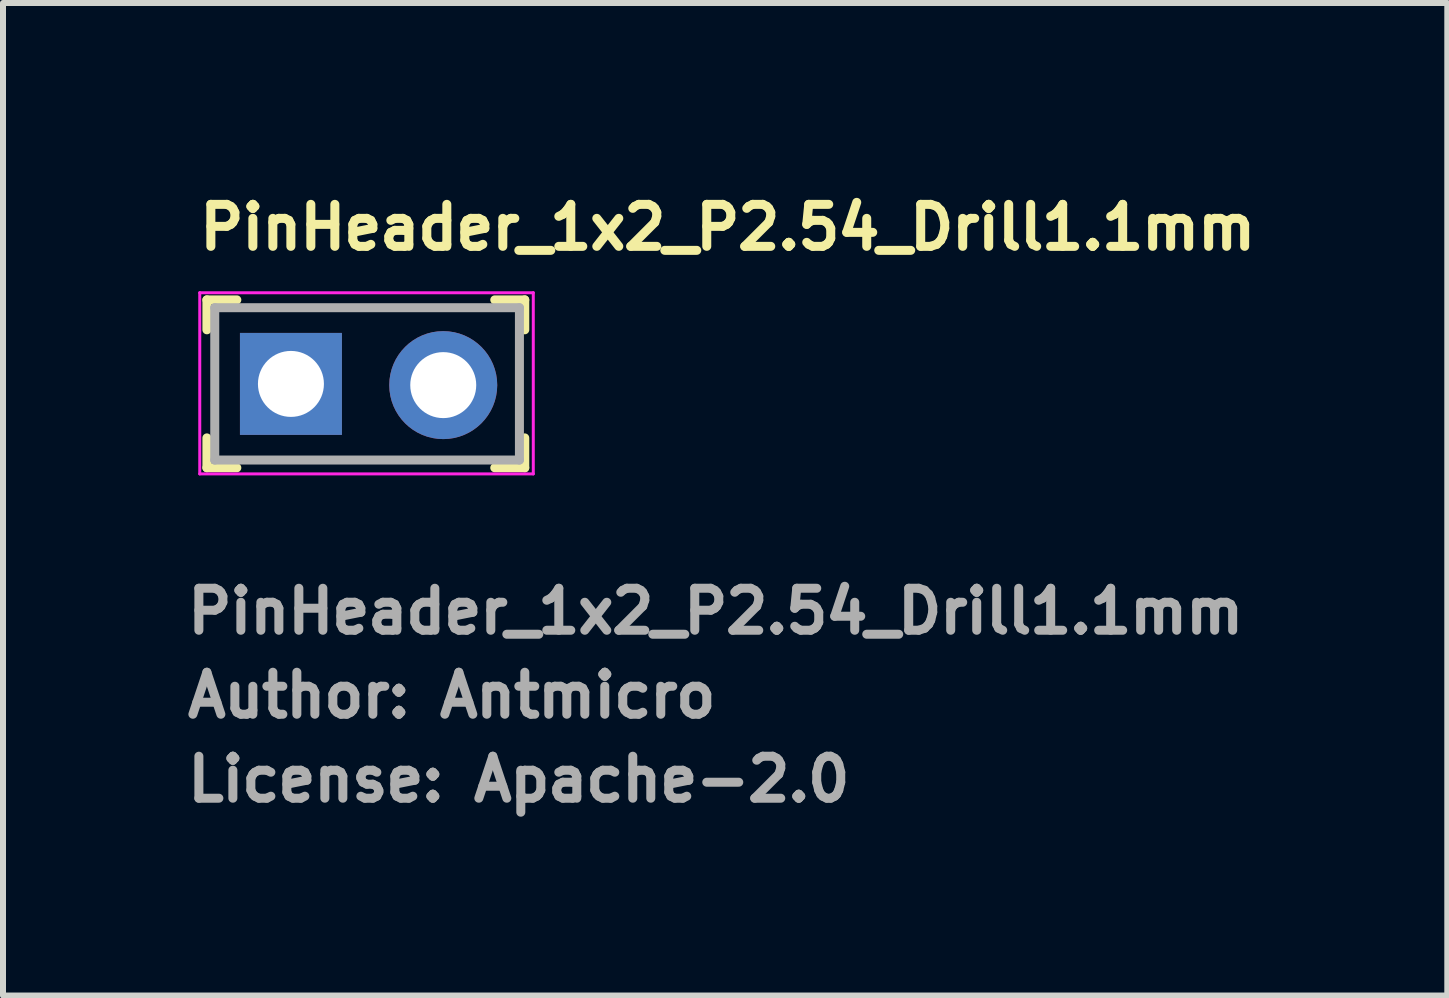
<source format=kicad_pcb>
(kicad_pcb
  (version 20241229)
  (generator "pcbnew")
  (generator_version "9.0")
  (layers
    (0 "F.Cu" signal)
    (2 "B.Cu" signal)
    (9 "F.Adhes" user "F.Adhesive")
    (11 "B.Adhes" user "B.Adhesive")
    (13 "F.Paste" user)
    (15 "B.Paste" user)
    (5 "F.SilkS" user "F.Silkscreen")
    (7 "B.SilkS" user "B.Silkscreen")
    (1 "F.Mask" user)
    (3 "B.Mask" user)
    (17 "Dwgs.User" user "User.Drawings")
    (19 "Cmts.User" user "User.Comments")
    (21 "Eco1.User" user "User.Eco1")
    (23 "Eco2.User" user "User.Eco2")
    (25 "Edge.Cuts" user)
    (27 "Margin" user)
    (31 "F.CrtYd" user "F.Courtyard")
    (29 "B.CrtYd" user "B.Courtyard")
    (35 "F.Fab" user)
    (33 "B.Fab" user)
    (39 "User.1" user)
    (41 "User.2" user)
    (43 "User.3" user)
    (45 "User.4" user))
  (footprint "PinHeader_1x2_P2.54_Drill1.1mm"
    (layer "F.Cu")
    (at 1.8 3.35)
    (property "Reference" "PinHeader_1x2_P2.54_Drill1.1mm" (at -1.6 -2.2 0) (layer "F.SilkS") (effects (font (size 0.7 0.7) (thickness 0.15)) (justify left bottom)))
    (attr through_hole)
    (fp_line (start -1.401 -1.401) (end -1.401 -0.902) (stroke (width 0.15) (type solid)) (layer "F.SilkS"))
    (fp_line (start -1.401 -1.401) (end -0.902 -1.401) (stroke (width 0.15) (type solid)) (layer "F.SilkS"))
    (fp_line (start -1.401 1.398) (end -1.401 0.9) (stroke (width 0.15) (type solid)) (layer "F.SilkS"))
    (fp_line (start -1.401 1.398) (end -0.902 1.398) (stroke (width 0.15) (type solid)) (layer "F.SilkS"))
    (fp_line (start 3.898 -1.401) (end 3.398 -1.401) (stroke (width 0.15) (type solid)) (layer "F.SilkS"))
    (fp_line (start 3.898 -1.401) (end 3.898 -0.902) (stroke (width 0.15) (type solid)) (layer "F.SilkS"))
    (fp_line (start 3.898 1.398) (end 3.398 1.398) (stroke (width 0.15) (type solid)) (layer "F.SilkS"))
    (fp_line (start 3.898 1.398) (end 3.898 0.9) (stroke (width 0.15) (type solid)) (layer "F.SilkS"))
    (fp_line (start -1.52 -1.52) (end -1.52 1.5) (stroke (width 0.05) (type solid)) (layer "F.CrtYd"))
    (fp_line (start 4.04 -1.52) (end -1.52 -1.52) (stroke (width 0.05) (type solid)) (layer "F.CrtYd"))
    (fp_line (start 4.04 -1.52) (end 4.04 1.5) (stroke (width 0.05) (type solid)) (layer "F.CrtYd"))
    (fp_line (start 4.04 1.5) (end -1.52 1.5) (stroke (width 0.05) (type solid)) (layer "F.CrtYd"))
    (fp_line (start -1.27 -1.27) (end 3.809 -1.27) (stroke (width 0.15) (type solid)) (layer "F.Fab"))
    (fp_line (start -1.27 1.269) (end -1.27 -1.27) (stroke (width 0.15) (type solid)) (layer "F.Fab"))
    (fp_line (start -1.27 1.269) (end 3.809 1.269) (stroke (width 0.15) (type solid)) (layer "F.Fab"))
    (fp_line (start 3.809 1.269) (end 3.809 -1.27) (stroke (width 0.15) (type solid)) (layer "F.Fab"))
    (fp_rect (start -1.27 -1.27) (end 3.809 1.269) (stroke (width 0.1) (type solid)) (fill no) (layer "User.5"))
    (fp_line (start -1.27 0.77) (end -1.27 -0.772) (stroke (width 0.02) (type solid)) (layer "User.9"))
    (fp_line (start -1.27 0.77) (end -1.02 1.269) (stroke (width 0.02) (type solid)) (layer "User.9"))
    (fp_line (start -1.02 -1.27) (end -1.27 -0.772) (stroke (width 0.02) (type solid)) (layer "User.9"))
    (fp_line (start -0.32 -0.32) (end -0.12 -0.12) (stroke (width 0.02) (type solid)) (layer "User.9"))
    (fp_line (start -0.32 -0.32) (end 0.32 -0.32) (stroke (width 0.02) (type solid)) (layer "User.9"))
    (fp_line (start -0.32 0.32) (end -0.32 -0.32) (stroke (width 0.02) (type solid)) (layer "User.9"))
    (fp_line (start -0.12 -0.12) (end -0.12 0.119) (stroke (width 0.02) (type solid)) (layer "User.9"))
    (fp_line (start -0.12 0.119) (end -0.32 0.32) (stroke (width 0.02) (type solid)) (layer "User.9"))
    (fp_line (start -0.12 0.119) (end 0.119 0.119) (stroke (width 0.02) (type solid)) (layer "User.9"))
    (fp_line (start 0.119 -0.12) (end -0.12 -0.12) (stroke (width 0.02) (type solid)) (layer "User.9"))
    (fp_line (start 0.119 -0.12) (end 0.32 -0.32) (stroke (width 0.02) (type solid)) (layer "User.9"))
    (fp_line (start 0.119 0.119) (end 0.119 -0.12) (stroke (width 0.02) (type solid)) (layer "User.9"))
    (fp_line (start 0.119 0.119) (end 0.32 0.32) (stroke (width 0.02) (type solid)) (layer "User.9"))
    (fp_line (start 0.32 -0.32) (end 0.32 0.32) (stroke (width 0.02) (type solid)) (layer "User.9"))
    (fp_line (start 0.32 0.32) (end -0.32 0.32) (stroke (width 0.02) (type solid)) (layer "User.9"))
    (fp_line (start 1.019 -1.27) (end -1.02 -1.27) (stroke (width 0.02) (type solid)) (layer "User.9"))
    (fp_line (start 1.019 1.269) (end -1.02 1.269) (stroke (width 0.02) (type solid)) (layer "User.9"))
    (fp_line (start 1.019 1.269) (end 1.269 0.77) (stroke (width 0.02) (type solid)) (layer "User.9"))
    (fp_line (start 1.269 -0.772) (end 1.019 -1.27) (stroke (width 0.02) (type solid)) (layer "User.9"))
    (fp_line (start 1.269 0.77) (end 1.519 1.269) (stroke (width 0.02) (type solid)) (layer "User.9"))
    (fp_line (start 1.519 -1.27) (end 1.269 -0.772) (stroke (width 0.02) (type solid)) (layer "User.9"))
    (fp_line (start 2.22 -0.32) (end 2.418 -0.12) (stroke (width 0.02) (type solid)) (layer "User.9"))
    (fp_line (start 2.22 -0.32) (end 2.858 -0.32) (stroke (width 0.02) (type solid)) (layer "User.9"))
    (fp_line (start 2.22 0.32) (end 2.22 -0.32) (stroke (width 0.02) (type solid)) (layer "User.9"))
    (fp_line (start 2.418 -0.12) (end 2.418 0.119) (stroke (width 0.02) (type solid)) (layer "User.9"))
    (fp_line (start 2.418 0.119) (end 2.22 0.32) (stroke (width 0.02) (type solid)) (layer "User.9"))
    (fp_line (start 2.418 0.119) (end 2.66 0.119) (stroke (width 0.02) (type solid)) (layer "User.9"))
    (fp_line (start 2.66 -0.12) (end 2.418 -0.12) (stroke (width 0.02) (type solid)) (layer "User.9"))
    (fp_line (start 2.66 -0.12) (end 2.858 -0.32) (stroke (width 0.02) (type solid)) (layer "User.9"))
    (fp_line (start 2.66 0.119) (end 2.66 -0.12) (stroke (width 0.02) (type solid)) (layer "User.9"))
    (fp_line (start 2.66 0.119) (end 2.858 0.32) (stroke (width 0.02) (type solid)) (layer "User.9"))
    (fp_line (start 2.858 -0.32) (end 2.858 0.32) (stroke (width 0.02) (type solid)) (layer "User.9"))
    (fp_line (start 2.858 0.32) (end 2.22 0.32) (stroke (width 0.02) (type solid)) (layer "User.9"))
    (fp_line (start 3.559 -1.27) (end 1.519 -1.27) (stroke (width 0.02) (type solid)) (layer "User.9"))
    (fp_line (start 3.559 1.269) (end 1.519 1.269) (stroke (width 0.02) (type solid)) (layer "User.9"))
    (fp_line (start 3.559 1.269) (end 3.809 0.77) (stroke (width 0.02) (type solid)) (layer "User.9"))
    (fp_line (start 3.809 -0.772) (end 3.559 -1.27) (stroke (width 0.02) (type solid)) (layer "User.9"))
    (fp_line (start 3.809 0.77) (end 3.809 -0.772) (stroke (width 0.02) (type solid)) (layer "User.9"))
    (fp_text user "${REFERENCE}" (at -1.8 4.2 0) (layer "F.Fab") (effects (font (size 0.7 0.7) (thickness 0.15)) (justify left bottom)))
    (fp_text user "License: Apache-2.0" (at -1.8 7 0) (layer "F.Fab") (effects (font (size 0.7 0.7) (thickness 0.15)) (justify left bottom)))
    (fp_text user "Author: Antmicro" (at -1.8 5.6 0) (layer "F.Fab") (effects (font (size 0.7 0.7) (thickness 0.15)) (justify left bottom)))
    (pad "1" thru_hole rect (at 0 0) (size 1.7 1.7) (drill 1.1) (layers "*.Cu" "*.Mask"))
    (pad "2" thru_hole circle (at 2.539 0.02) (size 1.8 1.8) (drill 1.1) (layers "*.Cu" "*.Mask")))
  (gr_rect
    (start -3 -3)
    (end 21.077 13.546)
    (stroke (width 0.1) (type default))
    (fill no)
    (layer "Edge.Cuts")))
</source>
